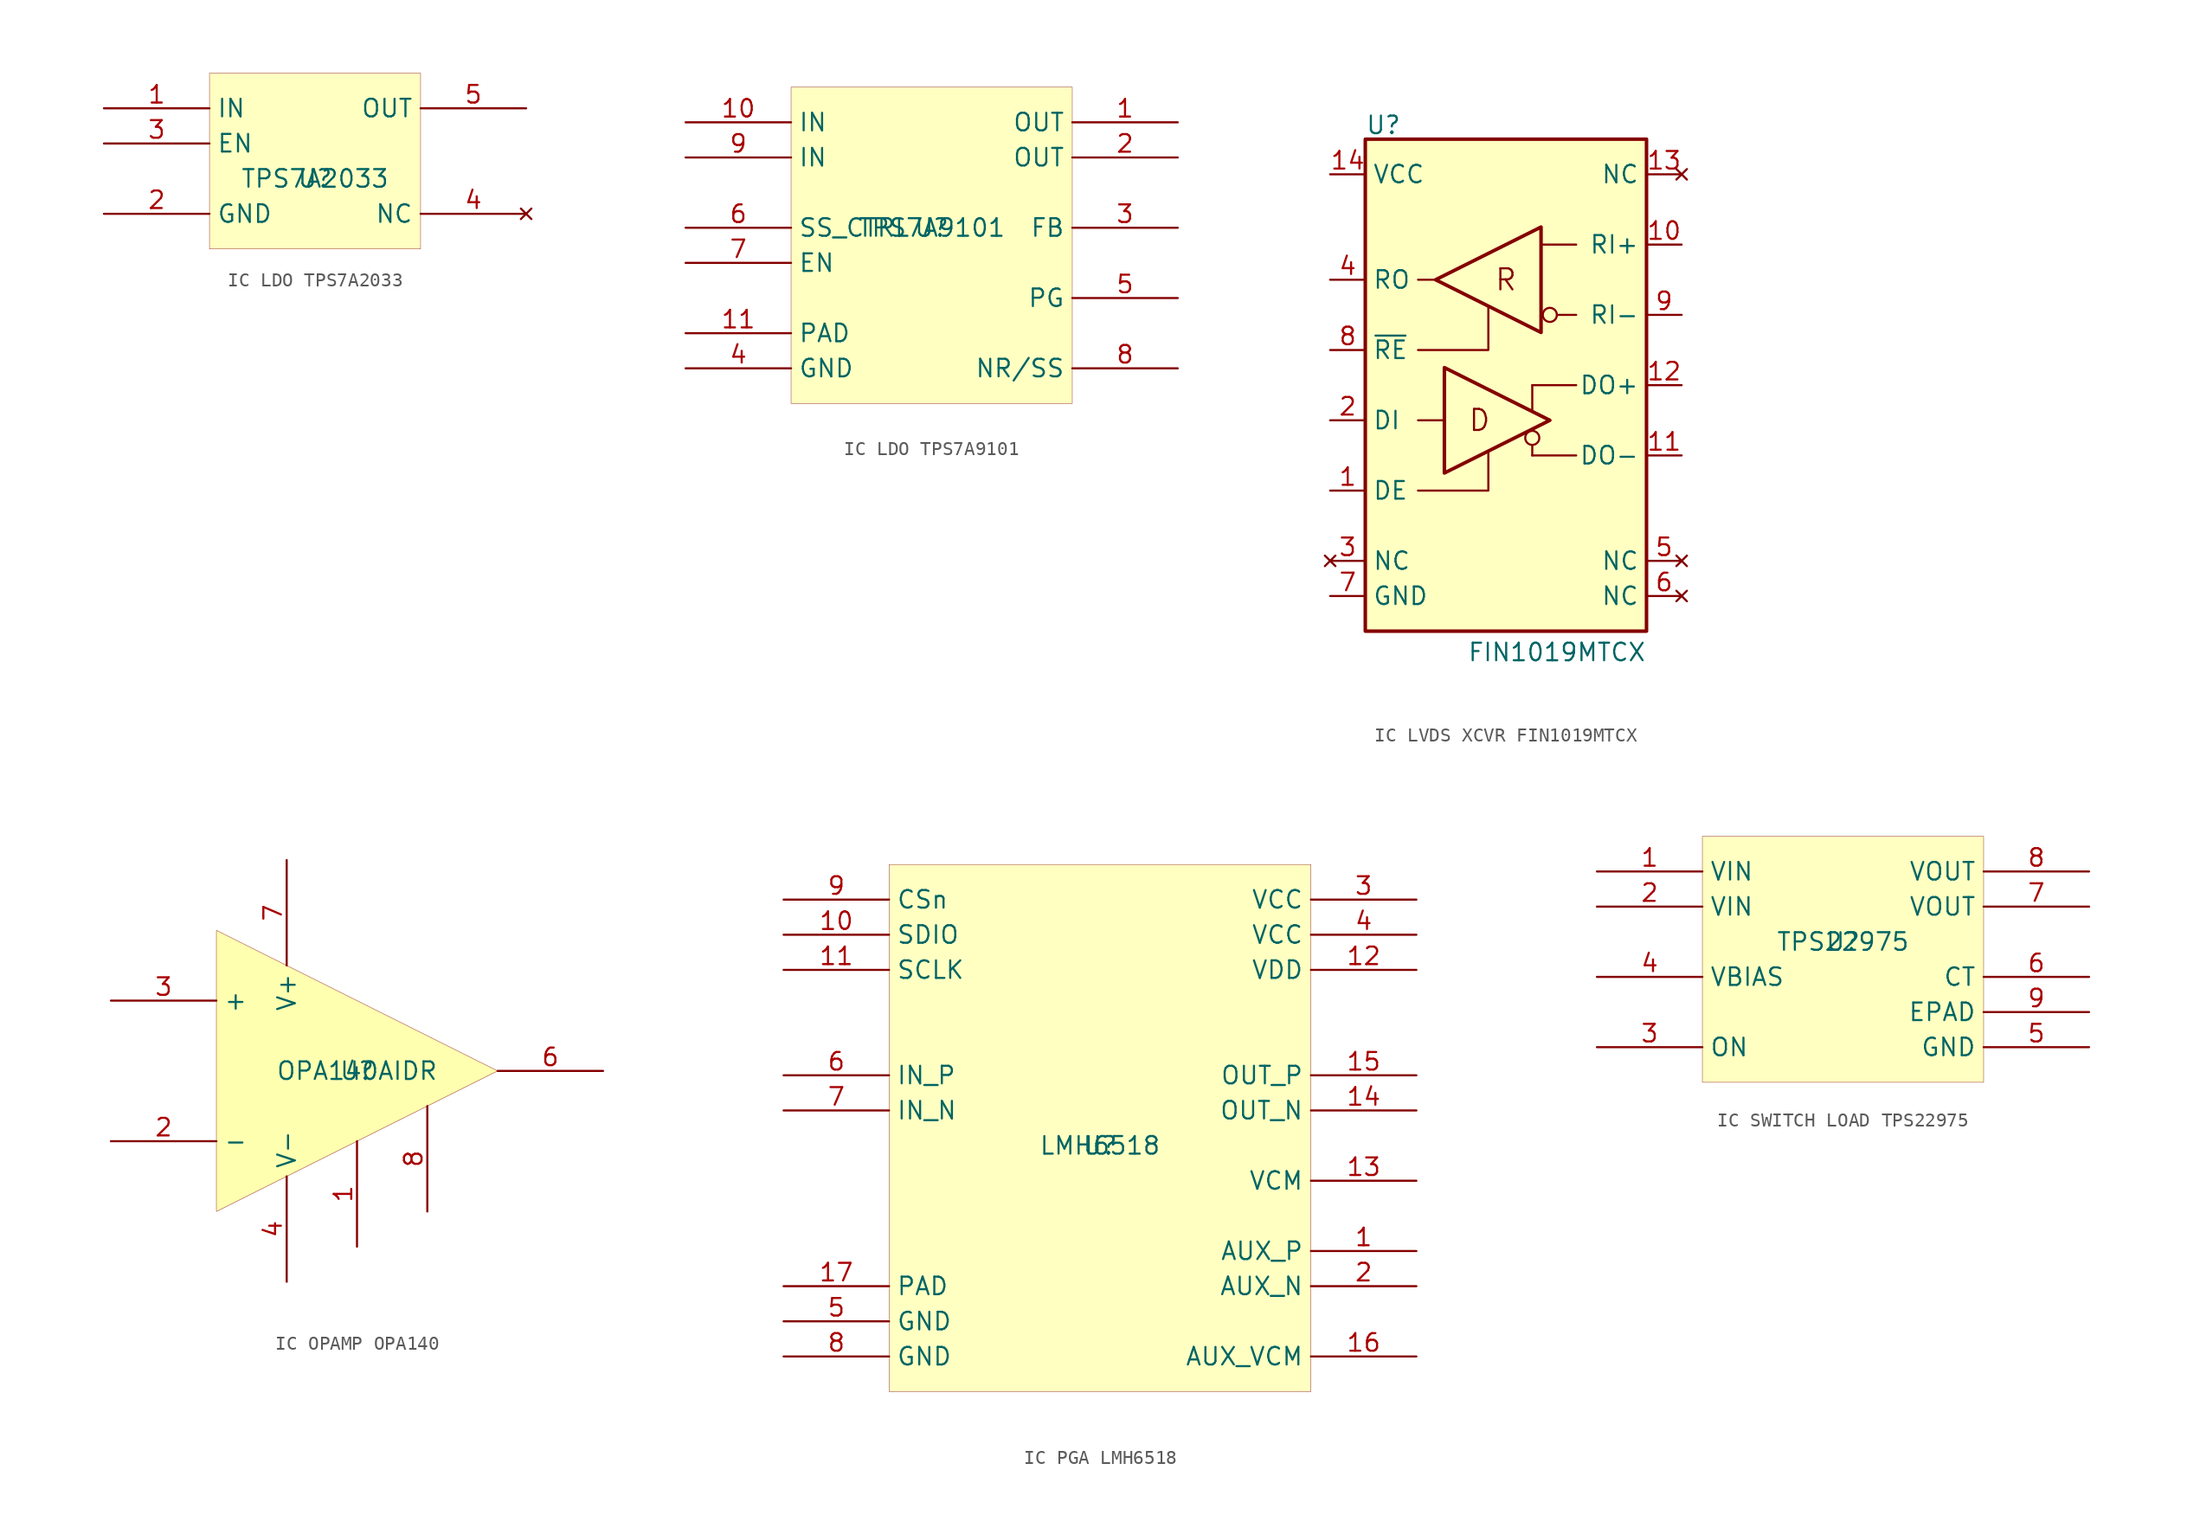
<source format=kicad_sym>
(kicad_symbol_lib
  (version 20241209)
  (generator "kicad_symbol_editor")
  (generator_version "8.99")
  (symbol "IC LDO TPS7A2033"
    (property "Reference" "U"
      (at 0 0 0)
      (effects (font (size 1.27 1.27))))
    (property "Value" "TPS7A2033"
      (at 0 0 0)
      (effects (font (size 1.27 1.27))))
    (symbol "IC LDO TPS7A2033_1_0"
      (rectangle (start 7.62 7.62) (end -7.62 -5.08) (stroke (width 0.025) (type solid) (color 128 0 0 1)) (fill (type background)))
      (pin power_in line (at -15.24 5.08 0) (length 7.62) (name "IN" (effects (font (size 1.27 1.27)))) (number "1" (effects (font (size 1.27 1.27)))))
      (pin input line (at -15.24 2.54 0) (length 7.62) (name "EN" (effects (font (size 1.27 1.27)))) (number "3" (effects (font (size 1.27 1.27)))))
      (pin power_in line (at -15.24 -2.54 0) (length 7.62) (name "GND" (effects (font (size 1.27 1.27)))) (number "2" (effects (font (size 1.27 1.27)))))
      (pin power_out line (at 15.24 5.08 180) (length 7.62) (name "OUT" (effects (font (size 1.27 1.27)))) (number "5" (effects (font (size 1.27 1.27)))))
      (pin no_connect line (at 15.24 -2.54 180) (length 7.62) (name "NC" (effects (font (size 1.27 1.27)))) (number "4" (effects (font (size 1.27 1.27)))))))
  (symbol "IC LDO TPS7A9101"
    (property "Reference" "U"
      (at 0 0 0)
      (effects (font (size 1.27 1.27))))
    (property "Value" "TPS7A9101"
      (at 0 0 0)
      (effects (font (size 1.27 1.27))))
    (symbol "IC LDO TPS7A9101_1_0"
      (rectangle (start 10.16 10.16) (end -10.16 -12.7) (stroke (width 0.025) (type solid) (color 128 0 0 1)) (fill (type background)))
      (pin power_in line (at -17.78 7.62 0) (length 7.62) (name "IN" (effects (font (size 1.27 1.27)))) (number "10" (effects (font (size 1.27 1.27)))))
      (pin power_in line (at -17.78 5.08 0) (length 7.62) (name "IN" (effects (font (size 1.27 1.27)))) (number "9" (effects (font (size 1.27 1.27)))))
      (pin input line (at -17.78 0 0) (length 7.62) (name "SS_CTRL" (effects (font (size 1.27 1.27)))) (number "6" (effects (font (size 1.27 1.27)))))
      (pin input line (at -17.78 -2.54 0) (length 7.62) (name "EN" (effects (font (size 1.27 1.27)))) (number "7" (effects (font (size 1.27 1.27)))))
      (pin power_in line (at -17.78 -7.62 0) (length 7.62) (name "PAD" (effects (font (size 1.27 1.27)))) (number "11" (effects (font (size 1.27 1.27)))))
      (pin power_in line (at -17.78 -10.16 0) (length 7.62) (name "GND" (effects (font (size 1.27 1.27)))) (number "4" (effects (font (size 1.27 1.27)))))
      (pin power_out line (at 17.78 7.62 180) (length 7.62) (name "OUT" (effects (font (size 1.27 1.27)))) (number "1" (effects (font (size 1.27 1.27)))))
      (pin power_out line (at 17.78 5.08 180) (length 7.62) (name "OUT" (effects (font (size 1.27 1.27)))) (number "2" (effects (font (size 1.27 1.27)))))
      (pin passive line (at 17.78 0 180) (length 7.62) (name "FB" (effects (font (size 1.27 1.27)))) (number "3" (effects (font (size 1.27 1.27)))))
      (pin open_collector line (at 17.78 -5.08 180) (length 7.62) (name "PG" (effects (font (size 1.27 1.27)))) (number "5" (effects (font (size 1.27 1.27)))))
      (pin passive line (at 17.78 -10.16 180) (length 7.62) (name "NR/SS" (effects (font (size 1.27 1.27)))) (number "8" (effects (font (size 1.27 1.27)))))))
  (symbol "IC LVDS XCVR FIN1019MTCX"
    (property "Reference" "U"
      (at 0 3.556 0)
      (effects (font (size 1.27 1.27)) (justify left)))
    (property "Value" "FIN1019MTCX"
      (at 20.32 -34.544 0)
      (effects (font (size 1.27 1.27)) (justify right)))
    (symbol "IC LVDS XCVR FIN1019MTCX_0_0"
      (rectangle (start 0 2.54) (end 20.32 -33.02) (stroke (width 0.254) (type default)) (fill (type background)))
      (polyline (pts (xy 12.065 -17.145) (xy 12.065 -15.24)) (stroke (width 0) (type default)) (fill (type none)))
      (circle (center 12.065 -19.05) (radius 0.508) (stroke (width 0) (type default)) (fill (type none)))
      (polyline (pts (xy 12.065 -19.558) (xy 12.065 -20.32)) (stroke (width 0) (type default)) (fill (type none)))
      (circle (center 13.335 -10.16) (radius 0.508) (stroke (width 0) (type default)) (fill (type none)))
      (text "D" (at 8.255 -17.78 0) (effects (font (size 1.524 1.524))))
      (text "R" (at 10.16 -7.62 0) (effects (font (size 1.524 1.524)))))
    (symbol "IC LVDS XCVR FIN1019MTCX_0_1"
      (polyline (pts (xy 3.81 -7.62) (xy 5.08 -7.62)) (stroke (width 0) (type default)) (fill (type none)))
      (polyline (pts (xy 3.81 -12.7) (xy 8.89 -12.7) (xy 8.89 -9.652)) (stroke (width 0) (type default)) (fill (type none)))
      (polyline (pts (xy 3.81 -17.78) (xy 5.715 -17.78)) (stroke (width 0) (type default)) (fill (type none)))
      (polyline (pts (xy 3.81 -22.86) (xy 8.89 -22.86) (xy 8.89 -20.066)) (stroke (width 0) (type default)) (fill (type none)))
      (polyline (pts (xy 5.715 -21.59) (xy 5.715 -13.97) (xy 13.335 -17.78) (xy 5.715 -21.59)) (stroke (width 0.254) (type default)) (fill (type none)))
      (polyline (pts (xy 12.065 -20.32) (xy 15.24 -20.32)) (stroke (width 0) (type default)) (fill (type none)))
      (polyline (pts (xy 12.7 -3.81) (xy 12.7 -11.43) (xy 5.08 -7.62) (xy 12.7 -3.81)) (stroke (width 0.254) (type default)) (fill (type none)))
      (polyline (pts (xy 12.7 -5.08) (xy 15.24 -5.08)) (stroke (width 0) (type default)) (fill (type none)))
      (polyline (pts (xy 15.24 -10.16) (xy 13.97 -10.16)) (stroke (width 0) (type default)) (fill (type none)))
      (polyline (pts (xy 15.24 -15.24) (xy 12.065 -15.24)) (stroke (width 0) (type default)) (fill (type none))))
    (symbol "IC LVDS XCVR FIN1019MTCX_1_1"
      (pin power_in line (at -2.54 0 0) (length 2.54) (name "VCC" (effects (font (size 1.27 1.27)))) (number "14" (effects (font (size 1.27 1.27)))))
      (pin tri_state line (at -2.54 -7.62 0) (length 2.54) (name "RO" (effects (font (size 1.27 1.27)))) (number "4" (effects (font (size 1.27 1.27)))))
      (pin input line (at -2.54 -12.7 0) (length 2.54) (name "~{RE}" (effects (font (size 1.27 1.27)))) (number "8" (effects (font (size 1.27 1.27)))))
      (pin input line (at -2.54 -17.78 0) (length 2.54) (name "DI" (effects (font (size 1.27 1.27)))) (number "2" (effects (font (size 1.27 1.27)))))
      (pin input line (at -2.54 -22.86 0) (length 2.54) (name "DE" (effects (font (size 1.27 1.27)))) (number "1" (effects (font (size 1.27 1.27)))))
      (pin no_connect line (at -2.54 -27.94 0) (length 2.54) (name "NC" (effects (font (size 1.27 1.27)))) (number "3" (effects (font (size 1.27 1.27)))))
      (pin power_in line (at -2.54 -30.48 0) (length 2.54) (name "GND" (effects (font (size 1.27 1.27)))) (number "7" (effects (font (size 1.27 1.27)))))
      (pin no_connect line (at 22.86 0 180) (length 2.54) (name "NC" (effects (font (size 1.27 1.27)))) (number "13" (effects (font (size 1.27 1.27)))))
      (pin input line (at 22.86 -5.08 180) (length 2.54) (name "RI+" (effects (font (size 1.27 1.27)))) (number "10" (effects (font (size 1.27 1.27)))))
      (pin input line (at 22.86 -10.16 180) (length 2.54) (name "RI-" (effects (font (size 1.27 1.27)))) (number "9" (effects (font (size 1.27 1.27)))))
      (pin tri_state line (at 22.86 -15.24 180) (length 2.54) (name "DO+" (effects (font (size 1.27 1.27)))) (number "12" (effects (font (size 1.27 1.27)))))
      (pin tri_state line (at 22.86 -20.32 180) (length 2.54) (name "DO-" (effects (font (size 1.27 1.27)))) (number "11" (effects (font (size 1.27 1.27)))))
      (pin no_connect line (at 22.86 -27.94 180) (length 2.54) (name "NC" (effects (font (size 1.27 1.27)))) (number "5" (effects (font (size 1.27 1.27)))))
      (pin no_connect line (at 22.86 -30.48 180) (length 2.54) (name "NC" (effects (font (size 1.27 1.27)))) (number "6" (effects (font (size 1.27 1.27)))))))
  (symbol "IC OPAMP OPA140"
    (property "Reference" "U"
      (at 0 0 0)
      (effects (font (size 1.27 1.27))))
    (property "Value" "OPA140AIDR"
      (at 0 0 0)
      (effects (font (size 1.27 1.27))))
    (symbol "IC OPAMP OPA140_1_0"
      (polyline (pts (xy -10.16 10.16) (xy 10.16 0) (xy -10.16 -10.16) (xy -10.16 10.16)) (stroke (width 0.025) (type solid) (color 128 0 0 1)) (fill (type color) (color 255 255 176 1)))
      (pin input line (at -17.78 5.08 0) (length 7.62) (name "+" (effects (font (size 1.27 1.27)))) (number "3" (effects (font (size 1.27 1.27)))))
      (pin input line (at -17.78 -5.08 0) (length 7.62) (name "-" (effects (font (size 1.27 1.27)))) (number "2" (effects (font (size 1.27 1.27)))))
      (pin power_in line (at -5.08 15.24 270) (length 7.62) (name "V+" (effects (font (size 1.27 1.27)))) (number "7" (effects (font (size 1.27 1.27)))))
      (pin power_in line (at -5.08 -15.24 90) (length 7.62) (name "V-" (effects (font (size 1.27 1.27)))) (number "4" (effects (font (size 1.27 1.27)))))
      (pin passive line (at 0 -12.7 90) (length 7.62) (name "N1" (effects (font (size 0 0)))) (number "1" (effects (font (size 1.27 1.27)))))
      (pin passive line (at 5.08 -10.16 90) (length 7.62) (name "N2" (effects (font (size 0 0)))) (number "8" (effects (font (size 1.27 1.27)))))
      (pin output line (at 17.78 0 180) (length 7.62) (name "OUT" (effects (font (size 0 0)))) (number "6" (effects (font (size 1.27 1.27)))))))
  (symbol "IC PGA LMH6518"
    (property "Reference" "U"
      (at 0 0 0)
      (effects (font (size 1.27 1.27))))
    (property "Value" "LMH6518"
      (at 0 0 0)
      (effects (font (size 1.27 1.27))))
    (symbol "IC PGA LMH6518_1_0"
      (rectangle (start 15.24 20.32) (end -15.24 -17.78) (stroke (width 0.025) (type solid) (color 128 0 0 1)) (fill (type background)))
      (pin open_collector line (at -22.86 17.78 0) (length 7.62) (name "CSn" (effects (font (size 1.27 1.27)))) (number "9" (effects (font (size 1.27 1.27)))))
      (pin bidirectional line (at -22.86 15.24 0) (length 7.62) (name "SDIO" (effects (font (size 1.27 1.27)))) (number "10" (effects (font (size 1.27 1.27)))))
      (pin input line (at -22.86 12.7 0) (length 7.62) (name "SCLK" (effects (font (size 1.27 1.27)))) (number "11" (effects (font (size 1.27 1.27)))))
      (pin input line (at -22.86 5.08 0) (length 7.62) (name "IN_P" (effects (font (size 1.27 1.27)))) (number "6" (effects (font (size 1.27 1.27)))))
      (pin input line (at -22.86 2.54 0) (length 7.62) (name "IN_N" (effects (font (size 1.27 1.27)))) (number "7" (effects (font (size 1.27 1.27)))))
      (pin power_in line (at -22.86 -10.16 0) (length 7.62) (name "PAD" (effects (font (size 1.27 1.27)))) (number "17" (effects (font (size 1.27 1.27)))))
      (pin power_in line (at -22.86 -12.7 0) (length 7.62) (name "GND" (effects (font (size 1.27 1.27)))) (number "5" (effects (font (size 1.27 1.27)))))
      (pin power_in line (at -22.86 -15.24 0) (length 7.62) (name "GND" (effects (font (size 1.27 1.27)))) (number "8" (effects (font (size 1.27 1.27)))))
      (pin power_in line (at 22.86 17.78 180) (length 7.62) (name "VCC" (effects (font (size 1.27 1.27)))) (number "3" (effects (font (size 1.27 1.27)))))
      (pin power_in line (at 22.86 15.24 180) (length 7.62) (name "VCC" (effects (font (size 1.27 1.27)))) (number "4" (effects (font (size 1.27 1.27)))))
      (pin power_in line (at 22.86 12.7 180) (length 7.62) (name "VDD" (effects (font (size 1.27 1.27)))) (number "12" (effects (font (size 1.27 1.27)))))
      (pin output line (at 22.86 5.08 180) (length 7.62) (name "OUT_P" (effects (font (size 1.27 1.27)))) (number "15" (effects (font (size 1.27 1.27)))))
      (pin output line (at 22.86 2.54 180) (length 7.62) (name "OUT_N" (effects (font (size 1.27 1.27)))) (number "14" (effects (font (size 1.27 1.27)))))
      (pin input line (at 22.86 -2.54 180) (length 7.62) (name "VCM" (effects (font (size 1.27 1.27)))) (number "13" (effects (font (size 1.27 1.27)))))
      (pin output line (at 22.86 -7.62 180) (length 7.62) (name "AUX_P" (effects (font (size 1.27 1.27)))) (number "1" (effects (font (size 1.27 1.27)))))
      (pin output line (at 22.86 -10.16 180) (length 7.62) (name "AUX_N" (effects (font (size 1.27 1.27)))) (number "2" (effects (font (size 1.27 1.27)))))
      (pin input line (at 22.86 -15.24 180) (length 7.62) (name "AUX_VCM" (effects (font (size 1.27 1.27)))) (number "16" (effects (font (size 1.27 1.27)))))))
  (symbol "IC SWITCH LOAD TPS22975"
    (property "Reference" "U"
      (at 0 0 0)
      (effects (font (size 1.27 1.27))))
    (property "Value" "TPS22975"
      (at 0 0 0)
      (effects (font (size 1.27 1.27))))
    (symbol "IC SWITCH LOAD TPS22975_1_0"
      (rectangle (start 10.16 7.62) (end -10.16 -10.16) (stroke (width 0.025) (type solid) (color 128 0 0 1)) (fill (type background)))
      (pin power_in line (at -17.78 5.08 0) (length 7.62) (name "VIN" (effects (font (size 1.27 1.27)))) (number "1" (effects (font (size 1.27 1.27)))))
      (pin power_in line (at -17.78 2.54 0) (length 7.62) (name "VIN" (effects (font (size 1.27 1.27)))) (number "2" (effects (font (size 1.27 1.27)))))
      (pin power_in line (at -17.78 -2.54 0) (length 7.62) (name "VBIAS" (effects (font (size 1.27 1.27)))) (number "4" (effects (font (size 1.27 1.27)))))
      (pin input line (at -17.78 -7.62 0) (length 7.62) (name "ON" (effects (font (size 1.27 1.27)))) (number "3" (effects (font (size 1.27 1.27)))))
      (pin power_out line (at 17.78 5.08 180) (length 7.62) (name "VOUT" (effects (font (size 1.27 1.27)))) (number "8" (effects (font (size 1.27 1.27)))))
      (pin power_out line (at 17.78 2.54 180) (length 7.62) (name "VOUT" (effects (font (size 1.27 1.27)))) (number "7" (effects (font (size 1.27 1.27)))))
      (pin passive line (at 17.78 -2.54 180) (length 7.62) (name "CT" (effects (font (size 1.27 1.27)))) (number "6" (effects (font (size 1.27 1.27)))))
      (pin power_in line (at 17.78 -5.08 180) (length 7.62) (name "EPAD" (effects (font (size 1.27 1.27)))) (number "9" (effects (font (size 1.27 1.27)))))
      (pin power_in line (at 17.78 -7.62 180) (length 7.62) (name "GND" (effects (font (size 1.27 1.27)))) (number "5" (effects (font (size 1.27 1.27))))))))
</source>
